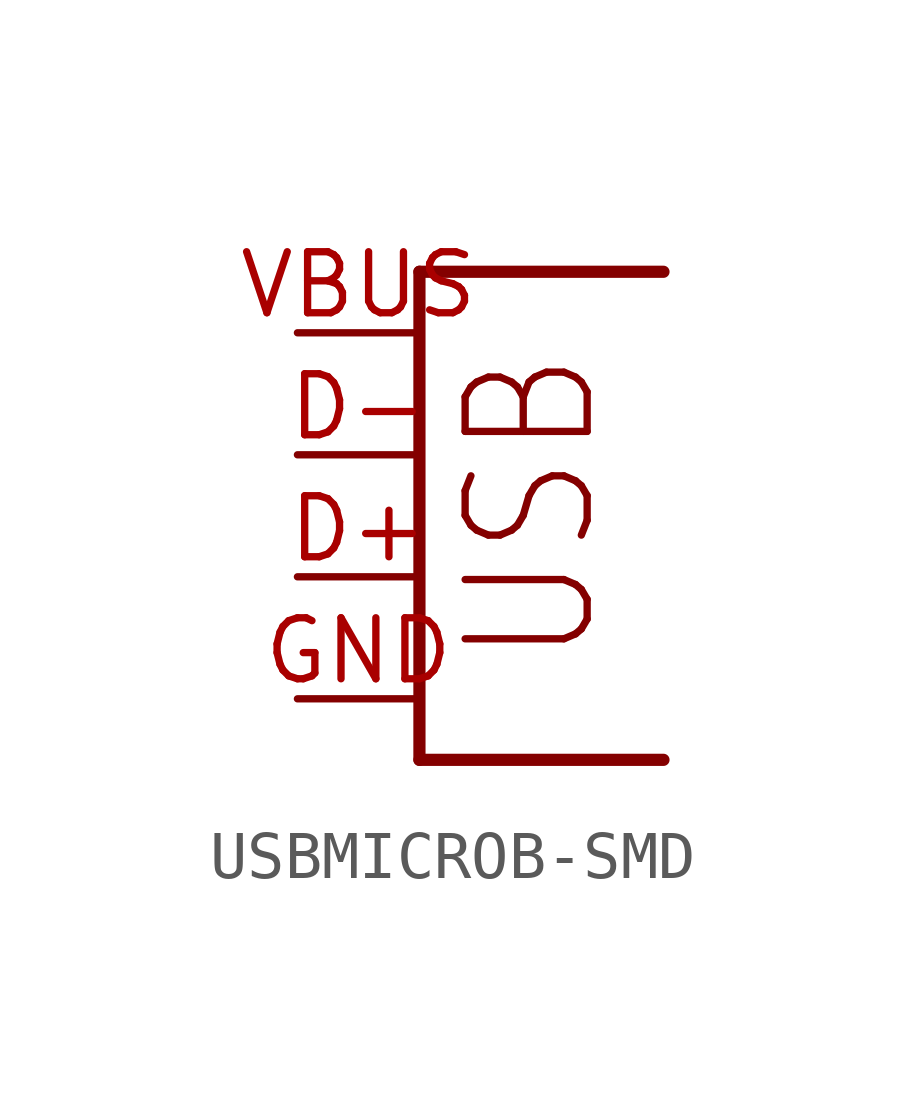
<source format=kicad_sym>
(kicad_symbol_lib
  (version 20220914)
  (generator kicad_symbol_editor)
  (symbol "USBMICROB-SMD"
    (property "Reference" "USB"
      (at 0 0 0)
      (effects (font (size 1.27 1.27)) hide))
    (property "ki_locked" ""
      (at 0 0 0)
      (effects (font (size 1.27 1.27))))
    (symbol "USBMICROB-SMD_1_0"
      (polyline (pts (xy -3.81 -5.08) (xy 1.27 -5.08)) (stroke (width 0.254) (type solid)) (fill (type none)))
      (polyline (pts (xy -3.81 5.08) (xy -3.81 -5.08)) (stroke (width 0.254) (type solid)) (fill (type none)))
      (polyline (pts (xy 1.27 5.08) (xy -3.81 5.08)) (stroke (width 0.254) (type solid)) (fill (type none)))
      (text "USB" (at 0 -3.175 900) (effects (font (size 2.54 2.159)) (justify left bottom)))
      (pin bidirectional line (at -6.35 -1.27 0) (length 2.54) (name "D+" (effects (font (size 0 0)))) (number "D+" (effects (font (size 1.27 1.27)))))
      (pin bidirectional line (at -6.35 1.27 0) (length 2.54) (name "D-" (effects (font (size 0 0)))) (number "D-" (effects (font (size 1.27 1.27)))))
      (pin bidirectional line (at -6.35 -3.81 0) (length 2.54) (name "GND" (effects (font (size 0 0)))) (number "GND" (effects (font (size 1.27 1.27)))))
      (pin bidirectional line (at -6.35 3.81 0) (length 2.54) (name "VBUS" (effects (font (size 0 0)))) (number "VBUS" (effects (font (size 1.27 1.27))))))))
</source>
